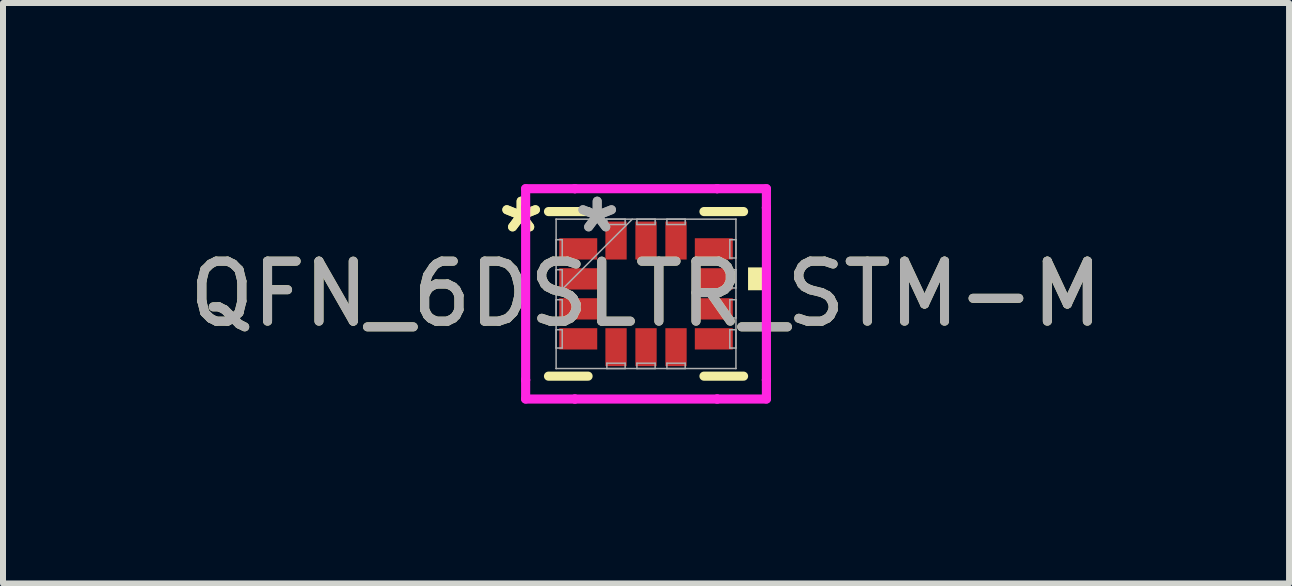
<source format=kicad_pcb>
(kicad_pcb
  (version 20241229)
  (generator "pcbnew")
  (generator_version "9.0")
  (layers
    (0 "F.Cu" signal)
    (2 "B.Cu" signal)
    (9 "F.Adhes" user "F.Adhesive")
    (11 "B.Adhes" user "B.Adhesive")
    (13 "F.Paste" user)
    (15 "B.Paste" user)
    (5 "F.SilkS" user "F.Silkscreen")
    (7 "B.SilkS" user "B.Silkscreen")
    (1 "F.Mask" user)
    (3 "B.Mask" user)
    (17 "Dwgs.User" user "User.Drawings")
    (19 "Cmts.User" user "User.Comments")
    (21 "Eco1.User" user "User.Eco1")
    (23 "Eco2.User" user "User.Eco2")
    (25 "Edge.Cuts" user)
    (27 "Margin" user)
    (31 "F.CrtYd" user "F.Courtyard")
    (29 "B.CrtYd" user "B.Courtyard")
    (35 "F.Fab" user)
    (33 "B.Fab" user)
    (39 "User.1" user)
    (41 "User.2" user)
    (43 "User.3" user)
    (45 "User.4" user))
  (footprint "QFN_6DSLTR_STM-M"
    (layer "F.Cu")
    (at 7.72 1.849)
    (property "Reference" "QFN_6DSLTR_STM-M" (at 0 0 0) (unlocked yes) (layer "F.SilkS") (effects (font (size 1 1) (thickness 0.15))))
    (attr smd)
    (fp_line (start -1.626 1.372) (end -0.966 1.372) (stroke (width 0.152) (type solid)) (layer "F.SilkS"))
    (fp_line (start -0.966 -1.372) (end -1.626 -1.372) (stroke (width 0.152) (type solid)) (layer "F.SilkS"))
    (fp_line (start 0.966 1.372) (end 1.626 1.372) (stroke (width 0.152) (type solid)) (layer "F.SilkS"))
    (fp_line (start 1.626 -1.372) (end 0.966 -1.372) (stroke (width 0.152) (type solid)) (layer "F.SilkS"))
    (fp_poly (pts (xy 1.955 -0.441) (xy 1.955 -0.06) (xy 1.701 -0.06) (xy 1.701 -0.441)) (stroke (width 0) (type solid)) (fill yes) (layer "F.SilkS"))
    (fp_line (start -2.007 -1.753) (end -1.186 -1.753) (stroke (width 0.152) (type solid)) (layer "F.CrtYd"))
    (fp_line (start -2.007 -1.436) (end -2.007 -1.753) (stroke (width 0.152) (type solid)) (layer "F.CrtYd"))
    (fp_line (start -2.007 -1.436) (end -2.007 -1.436) (stroke (width 0.152) (type solid)) (layer "F.CrtYd"))
    (fp_line (start -2.007 1.436) (end -2.007 -1.436) (stroke (width 0.152) (type solid)) (layer "F.CrtYd"))
    (fp_line (start -2.007 1.436) (end -2.007 1.436) (stroke (width 0.152) (type solid)) (layer "F.CrtYd"))
    (fp_line (start -2.007 1.753) (end -2.007 1.436) (stroke (width 0.152) (type solid)) (layer "F.CrtYd"))
    (fp_line (start -1.186 -1.753) (end -1.186 -1.753) (stroke (width 0.152) (type solid)) (layer "F.CrtYd"))
    (fp_line (start -1.186 -1.753) (end 1.186 -1.753) (stroke (width 0.152) (type solid)) (layer "F.CrtYd"))
    (fp_line (start -1.186 1.753) (end -2.007 1.753) (stroke (width 0.152) (type solid)) (layer "F.CrtYd"))
    (fp_line (start -1.186 1.753) (end -1.186 1.753) (stroke (width 0.152) (type solid)) (layer "F.CrtYd"))
    (fp_line (start 1.186 -1.753) (end 1.186 -1.753) (stroke (width 0.152) (type solid)) (layer "F.CrtYd"))
    (fp_line (start 1.186 -1.753) (end 2.007 -1.753) (stroke (width 0.152) (type solid)) (layer "F.CrtYd"))
    (fp_line (start 1.186 1.753) (end -1.186 1.753) (stroke (width 0.152) (type solid)) (layer "F.CrtYd"))
    (fp_line (start 1.186 1.753) (end 1.186 1.753) (stroke (width 0.152) (type solid)) (layer "F.CrtYd"))
    (fp_line (start 2.007 -1.753) (end 2.007 -1.436) (stroke (width 0.152) (type solid)) (layer "F.CrtYd"))
    (fp_line (start 2.007 -1.436) (end 2.007 -1.436) (stroke (width 0.152) (type solid)) (layer "F.CrtYd"))
    (fp_line (start 2.007 -1.436) (end 2.007 1.436) (stroke (width 0.152) (type solid)) (layer "F.CrtYd"))
    (fp_line (start 2.007 1.436) (end 2.007 1.436) (stroke (width 0.152) (type solid)) (layer "F.CrtYd"))
    (fp_line (start 2.007 1.436) (end 2.007 1.753) (stroke (width 0.152) (type solid)) (layer "F.CrtYd"))
    (fp_line (start 2.007 1.753) (end 1.186 1.753) (stroke (width 0.152) (type solid)) (layer "F.CrtYd"))
    (fp_line (start -1.499 -1.245) (end -1.499 -1.245) (stroke (width 0.025) (type solid)) (layer "F.Fab"))
    (fp_line (start -1.499 -1.245) (end -1.499 1.245) (stroke (width 0.025) (type solid)) (layer "F.Fab"))
    (fp_line (start -1.499 -0.903) (end -1.397 -0.903) (stroke (width 0.025) (type solid)) (layer "F.Fab"))
    (fp_line (start -1.499 -0.598) (end -1.499 -0.903) (stroke (width 0.025) (type solid)) (layer "F.Fab"))
    (fp_line (start -1.499 -0.402) (end -1.397 -0.402) (stroke (width 0.025) (type solid)) (layer "F.Fab"))
    (fp_line (start -1.499 -0.098) (end -1.499 -0.402) (stroke (width 0.025) (type solid)) (layer "F.Fab"))
    (fp_line (start -1.499 0.025) (end -0.229 -1.245) (stroke (width 0.025) (type solid)) (layer "F.Fab"))
    (fp_line (start -1.499 0.098) (end -1.397 0.098) (stroke (width 0.025) (type solid)) (layer "F.Fab"))
    (fp_line (start -1.499 0.402) (end -1.499 0.098) (stroke (width 0.025) (type solid)) (layer "F.Fab"))
    (fp_line (start -1.499 0.598) (end -1.397 0.598) (stroke (width 0.025) (type solid)) (layer "F.Fab"))
    (fp_line (start -1.499 0.903) (end -1.499 0.598) (stroke (width 0.025) (type solid)) (layer "F.Fab"))
    (fp_line (start -1.499 1.245) (end -1.499 1.245) (stroke (width 0.025) (type solid)) (layer "F.Fab"))
    (fp_line (start -1.499 1.245) (end 1.499 1.245) (stroke (width 0.025) (type solid)) (layer "F.Fab"))
    (fp_line (start -1.397 -0.903) (end -1.397 -0.598) (stroke (width 0.025) (type solid)) (layer "F.Fab"))
    (fp_line (start -1.397 -0.598) (end -1.499 -0.598) (stroke (width 0.025) (type solid)) (layer "F.Fab"))
    (fp_line (start -1.397 -0.402) (end -1.397 -0.098) (stroke (width 0.025) (type solid)) (layer "F.Fab"))
    (fp_line (start -1.397 -0.098) (end -1.499 -0.098) (stroke (width 0.025) (type solid)) (layer "F.Fab"))
    (fp_line (start -1.397 0.098) (end -1.397 0.402) (stroke (width 0.025) (type solid)) (layer "F.Fab"))
    (fp_line (start -1.397 0.402) (end -1.499 0.402) (stroke (width 0.025) (type solid)) (layer "F.Fab"))
    (fp_line (start -1.397 0.598) (end -1.397 0.903) (stroke (width 0.025) (type solid)) (layer "F.Fab"))
    (fp_line (start -1.397 0.903) (end -1.499 0.903) (stroke (width 0.025) (type solid)) (layer "F.Fab"))
    (fp_line (start -0.653 -1.245) (end -0.348 -1.245) (stroke (width 0.025) (type solid)) (layer "F.Fab"))
    (fp_line (start -0.653 -1.156) (end -0.653 -1.245) (stroke (width 0.025) (type solid)) (layer "F.Fab"))
    (fp_line (start -0.653 1.156) (end -0.348 1.156) (stroke (width 0.025) (type solid)) (layer "F.Fab"))
    (fp_line (start -0.653 1.245) (end -0.653 1.156) (stroke (width 0.025) (type solid)) (layer "F.Fab"))
    (fp_line (start -0.348 -1.245) (end -0.348 -1.156) (stroke (width 0.025) (type solid)) (layer "F.Fab"))
    (fp_line (start -0.348 -1.156) (end -0.653 -1.156) (stroke (width 0.025) (type solid)) (layer "F.Fab"))
    (fp_line (start -0.348 1.156) (end -0.348 1.245) (stroke (width 0.025) (type solid)) (layer "F.Fab"))
    (fp_line (start -0.348 1.245) (end -0.653 1.245) (stroke (width 0.025) (type solid)) (layer "F.Fab"))
    (fp_line (start -0.152 -1.245) (end 0.152 -1.245) (stroke (width 0.025) (type solid)) (layer "F.Fab"))
    (fp_line (start -0.152 -1.156) (end -0.152 -1.245) (stroke (width 0.025) (type solid)) (layer "F.Fab"))
    (fp_line (start -0.152 1.156) (end 0.152 1.156) (stroke (width 0.025) (type solid)) (layer "F.Fab"))
    (fp_line (start -0.152 1.245) (end -0.152 1.156) (stroke (width 0.025) (type solid)) (layer "F.Fab"))
    (fp_line (start 0.152 -1.245) (end 0.152 -1.156) (stroke (width 0.025) (type solid)) (layer "F.Fab"))
    (fp_line (start 0.152 -1.156) (end -0.152 -1.156) (stroke (width 0.025) (type solid)) (layer "F.Fab"))
    (fp_line (start 0.152 1.156) (end 0.152 1.245) (stroke (width 0.025) (type solid)) (layer "F.Fab"))
    (fp_line (start 0.152 1.245) (end -0.152 1.245) (stroke (width 0.025) (type solid)) (layer "F.Fab"))
    (fp_line (start 0.348 -1.245) (end 0.653 -1.245) (stroke (width 0.025) (type solid)) (layer "F.Fab"))
    (fp_line (start 0.348 -1.156) (end 0.348 -1.245) (stroke (width 0.025) (type solid)) (layer "F.Fab"))
    (fp_line (start 0.348 1.156) (end 0.653 1.156) (stroke (width 0.025) (type solid)) (layer "F.Fab"))
    (fp_line (start 0.348 1.245) (end 0.348 1.156) (stroke (width 0.025) (type solid)) (layer "F.Fab"))
    (fp_line (start 0.653 -1.245) (end 0.653 -1.156) (stroke (width 0.025) (type solid)) (layer "F.Fab"))
    (fp_line (start 0.653 -1.156) (end 0.348 -1.156) (stroke (width 0.025) (type solid)) (layer "F.Fab"))
    (fp_line (start 0.653 1.156) (end 0.653 1.245) (stroke (width 0.025) (type solid)) (layer "F.Fab"))
    (fp_line (start 0.653 1.245) (end 0.348 1.245) (stroke (width 0.025) (type solid)) (layer "F.Fab"))
    (fp_line (start 1.397 -0.903) (end 1.499 -0.903) (stroke (width 0.025) (type solid)) (layer "F.Fab"))
    (fp_line (start 1.397 -0.598) (end 1.397 -0.903) (stroke (width 0.025) (type solid)) (layer "F.Fab"))
    (fp_line (start 1.397 -0.402) (end 1.499 -0.402) (stroke (width 0.025) (type solid)) (layer "F.Fab"))
    (fp_line (start 1.397 -0.098) (end 1.397 -0.402) (stroke (width 0.025) (type solid)) (layer "F.Fab"))
    (fp_line (start 1.397 0.098) (end 1.499 0.098) (stroke (width 0.025) (type solid)) (layer "F.Fab"))
    (fp_line (start 1.397 0.402) (end 1.397 0.098) (stroke (width 0.025) (type solid)) (layer "F.Fab"))
    (fp_line (start 1.397 0.598) (end 1.499 0.598) (stroke (width 0.025) (type solid)) (layer "F.Fab"))
    (fp_line (start 1.397 0.903) (end 1.397 0.598) (stroke (width 0.025) (type solid)) (layer "F.Fab"))
    (fp_line (start 1.499 -1.245) (end -1.499 -1.245) (stroke (width 0.025) (type solid)) (layer "F.Fab"))
    (fp_line (start 1.499 -1.245) (end 1.499 -1.245) (stroke (width 0.025) (type solid)) (layer "F.Fab"))
    (fp_line (start 1.499 -0.903) (end 1.499 -0.598) (stroke (width 0.025) (type solid)) (layer "F.Fab"))
    (fp_line (start 1.499 -0.598) (end 1.397 -0.598) (stroke (width 0.025) (type solid)) (layer "F.Fab"))
    (fp_line (start 1.499 -0.402) (end 1.499 -0.098) (stroke (width 0.025) (type solid)) (layer "F.Fab"))
    (fp_line (start 1.499 -0.098) (end 1.397 -0.098) (stroke (width 0.025) (type solid)) (layer "F.Fab"))
    (fp_line (start 1.499 0.098) (end 1.499 0.402) (stroke (width 0.025) (type solid)) (layer "F.Fab"))
    (fp_line (start 1.499 0.402) (end 1.397 0.402) (stroke (width 0.025) (type solid)) (layer "F.Fab"))
    (fp_line (start 1.499 0.598) (end 1.499 0.903) (stroke (width 0.025) (type solid)) (layer "F.Fab"))
    (fp_line (start 1.499 0.903) (end 1.397 0.903) (stroke (width 0.025) (type solid)) (layer "F.Fab"))
    (fp_line (start 1.499 1.245) (end 1.499 -1.245) (stroke (width 0.025) (type solid)) (layer "F.Fab"))
    (fp_line (start 1.499 1.245) (end 1.499 1.245) (stroke (width 0.025) (type solid)) (layer "F.Fab"))
    (fp_text user "*" (at -2.082 -1 0) (unlocked yes) (layer "F.SilkS") (effects (font (size 1 1) (thickness 0.15))))
    (fp_text user "*" (at -2.082 -1 0) (layer "F.SilkS") (effects (font (size 1 1) (thickness 0.15))))
    (fp_text user "*" (at -0.814 -1 0) (layer "F.Fab") (effects (font (size 1 1) (thickness 0.15))))
    (fp_text user "*" (at -0.814 -1 0) (unlocked yes) (layer "F.Fab") (effects (font (size 1 1) (thickness 0.15))))
    (fp_text user "${REFERENCE}" (at 0 0 0) (unlocked yes) (layer "F.Fab") (effects (font (size 1 1) (thickness 0.15))))
    (pad "1" smd rect (at -1.13 -0.75 90) (size 0.355 0.633) (layers "F.Cu" "F.Mask" "F.Paste"))
    (pad "2" smd rect (at -1.13 -0.25 90) (size 0.355 0.633) (layers "F.Cu" "F.Mask" "F.Paste"))
    (pad "3" smd rect (at -1.13 0.25 90) (size 0.355 0.633) (layers "F.Cu" "F.Mask" "F.Paste"))
    (pad "4" smd rect (at -1.13 0.75 90) (size 0.355 0.633) (layers "F.Cu" "F.Mask" "F.Paste"))
    (pad "5" smd rect (at -0.5 0.889) (size 0.355 0.633) (layers "F.Cu" "F.Mask" "F.Paste"))
    (pad "6" smd rect (at 0 0.889) (size 0.355 0.633) (layers "F.Cu" "F.Mask" "F.Paste"))
    (pad "7" smd rect (at 0.5 0.889) (size 0.355 0.633) (layers "F.Cu" "F.Mask" "F.Paste"))
    (pad "8" smd rect (at 1.13 0.75 90) (size 0.355 0.633) (layers "F.Cu" "F.Mask" "F.Paste"))
    (pad "9" smd rect (at 1.13 0.25 90) (size 0.355 0.633) (layers "F.Cu" "F.Mask" "F.Paste"))
    (pad "10" smd rect (at 1.13 -0.25 90) (size 0.355 0.633) (layers "F.Cu" "F.Mask" "F.Paste"))
    (pad "11" smd rect (at 1.13 -0.75 90) (size 0.355 0.633) (layers "F.Cu" "F.Mask" "F.Paste"))
    (pad "12" smd rect (at 0.5 -0.889) (size 0.355 0.633) (layers "F.Cu" "F.Mask" "F.Paste"))
    (pad "13" smd rect (at 0 -0.889) (size 0.355 0.633) (layers "F.Cu" "F.Mask" "F.Paste"))
    (pad "14" smd rect (at -0.5 -0.889) (size 0.355 0.633) (layers "F.Cu" "F.Mask" "F.Paste")))
  (gr_rect
    (start -3 -3)
    (end 18.44 6.677)
    (stroke (width 0.1) (type default))
    (fill no)
    (layer "Edge.Cuts")))
</source>
